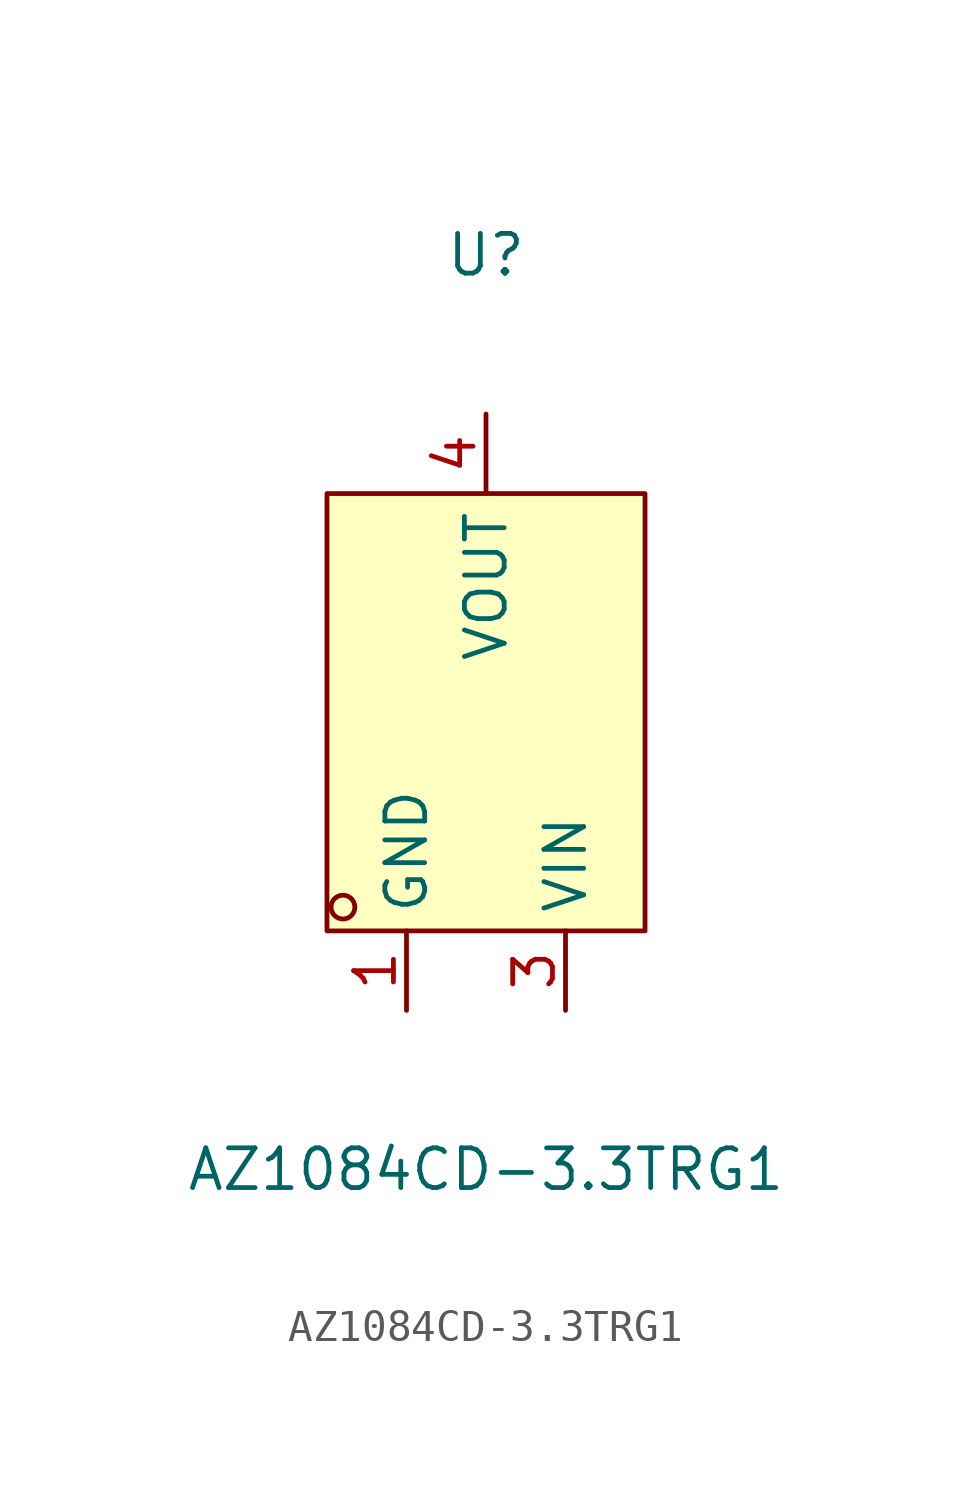
<source format=kicad_sym>
(kicad_symbol_lib
  (version 20211014)
  (generator https://github.com/uPesy/easyeda2kicad.py)
  (symbol "AZ1084CD-3.3TRG1"
    (property "Reference" "U"
      (at 0 15.24 0)
      (effects (font (size 1.27 1.27))))
    (property "Value" "AZ1084CD-3.3TRG1"
      (at 0 -13.97 0)
      (effects (font (size 1.27 1.27))))
    (symbol "AZ1084CD-3.3TRG1_0_1"
      (rectangle (start -5.08 7.62) (end 5.08 -6.35) (stroke (width 0) (type default) (color 0 0 0 0)) (fill (type background)))
      (circle (center -4.57 -5.59) (radius 0.38) (stroke (width 0) (type default) (color 0 0 0 0)) (fill (type none)))
      (pin unspecified line (at -2.54 -8.89 90) (length 2.54) (name "GND" (effects (font (size 1.27 1.27)))) (number "1" (effects (font (size 1.27 1.27)))))
      (pin unspecified line (at 0.00 10.16 270) (length 2.54) (name "VOUT" (effects (font (size 1.27 1.27)))) (number "4" (effects (font (size 1.27 1.27)))))
      (pin unspecified line (at 2.54 -8.89 90) (length 2.54) (name "VIN" (effects (font (size 1.27 1.27)))) (number "3" (effects (font (size 1.27 1.27))))))))
</source>
